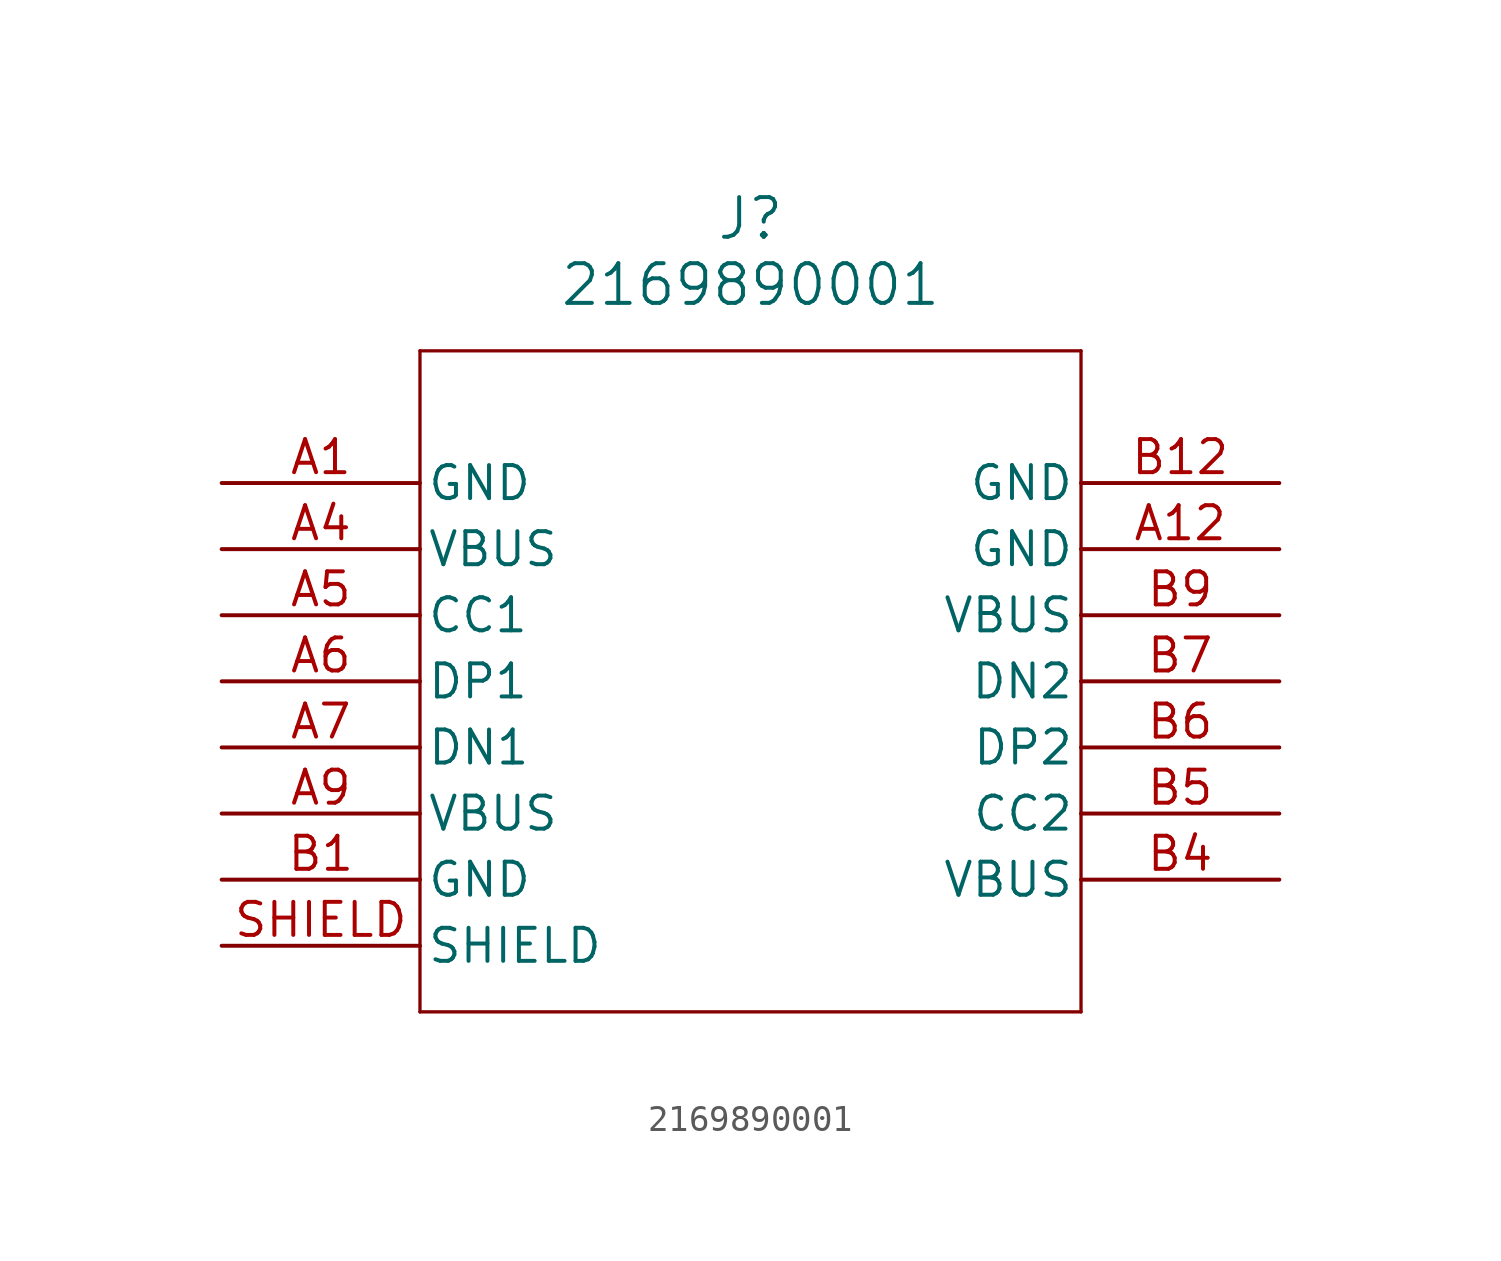
<source format=kicad_sym>
(kicad_symbol_lib
  (version 20241209)
  (generator "kicad_symbol_editor")
  (generator_version "9.0")
  (symbol "2169890001"
    (pin_names
      (offset 0.254))
    (property "Reference" "J"
      (at 20.32 10.16 0)
      (effects (font (size 1.524 1.524))))
    (property "Value" "2169890001"
      (at 20.32 7.62 0)
      (effects (font (size 1.524 1.524))))
    (property "ki_locked" ""
      (at 0 0 0)
      (effects (font (size 1.27 1.27))))
    (symbol "2169890001_0_1"
      (polyline (pts (xy 7.62 5.08) (xy 7.62 -20.32)) (stroke (width 0.127) (type default)) (fill (type none)))
      (polyline (pts (xy 7.62 -20.32) (xy 33.02 -20.32)) (stroke (width 0.127) (type default)) (fill (type none)))
      (polyline (pts (xy 33.02 5.08) (xy 7.62 5.08)) (stroke (width 0.127) (type default)) (fill (type none)))
      (polyline (pts (xy 33.02 -20.32) (xy 33.02 5.08)) (stroke (width 0.127) (type default)) (fill (type none)))
      (pin power_out line (at 0 0 0) (length 7.62) (name "GND" (effects (font (size 1.27 1.27)))) (number "A1" (effects (font (size 1.27 1.27)))))
      (pin power_in line (at 0 -2.54 0) (length 7.62) (name "VBUS" (effects (font (size 1.27 1.27)))) (number "A4" (effects (font (size 1.27 1.27)))))
      (pin bidirectional line (at 0 -5.08 0) (length 7.62) (name "CC1" (effects (font (size 1.27 1.27)))) (number "A5" (effects (font (size 1.27 1.27)))))
      (pin bidirectional line (at 0 -7.62 0) (length 7.62) (name "DP1" (effects (font (size 1.27 1.27)))) (number "A6" (effects (font (size 1.27 1.27)))))
      (pin bidirectional line (at 0 -10.16 0) (length 7.62) (name "DN1" (effects (font (size 1.27 1.27)))) (number "A7" (effects (font (size 1.27 1.27)))))
      (pin power_in line (at 0 -12.7 0) (length 7.62) (name "VBUS" (effects (font (size 1.27 1.27)))) (number "A9" (effects (font (size 1.27 1.27)))))
      (pin power_out line (at 0 -15.24 0) (length 7.62) (name "GND" (effects (font (size 1.27 1.27)))) (number "B1" (effects (font (size 1.27 1.27)))))
      (pin power_out line (at 40.64 0 180) (length 7.62) (name "GND" (effects (font (size 1.27 1.27)))) (number "B12" (effects (font (size 1.27 1.27)))))
      (pin power_out line (at 40.64 -2.54 180) (length 7.62) (name "GND" (effects (font (size 1.27 1.27)))) (number "A12" (effects (font (size 1.27 1.27)))))
      (pin power_in line (at 40.64 -5.08 180) (length 7.62) (name "VBUS" (effects (font (size 1.27 1.27)))) (number "B9" (effects (font (size 1.27 1.27)))))
      (pin bidirectional line (at 40.64 -7.62 180) (length 7.62) (name "DN2" (effects (font (size 1.27 1.27)))) (number "B7" (effects (font (size 1.27 1.27)))))
      (pin bidirectional line (at 40.64 -10.16 180) (length 7.62) (name "DP2" (effects (font (size 1.27 1.27)))) (number "B6" (effects (font (size 1.27 1.27)))))
      (pin bidirectional line (at 40.64 -12.7 180) (length 7.62) (name "CC2" (effects (font (size 1.27 1.27)))) (number "B5" (effects (font (size 1.27 1.27)))))
      (pin power_in line (at 40.64 -15.24 180) (length 7.62) (name "VBUS" (effects (font (size 1.27 1.27)))) (number "B4" (effects (font (size 1.27 1.27))))))
    (symbol "2169890001_1_1"
      (pin power_out line (at 0 -17.78 0) (length 7.62) (name "SHIELD" (effects (font (size 1.27 1.27)))) (number "SHIELD" (effects (font (size 1.27 1.27))))))))
</source>
